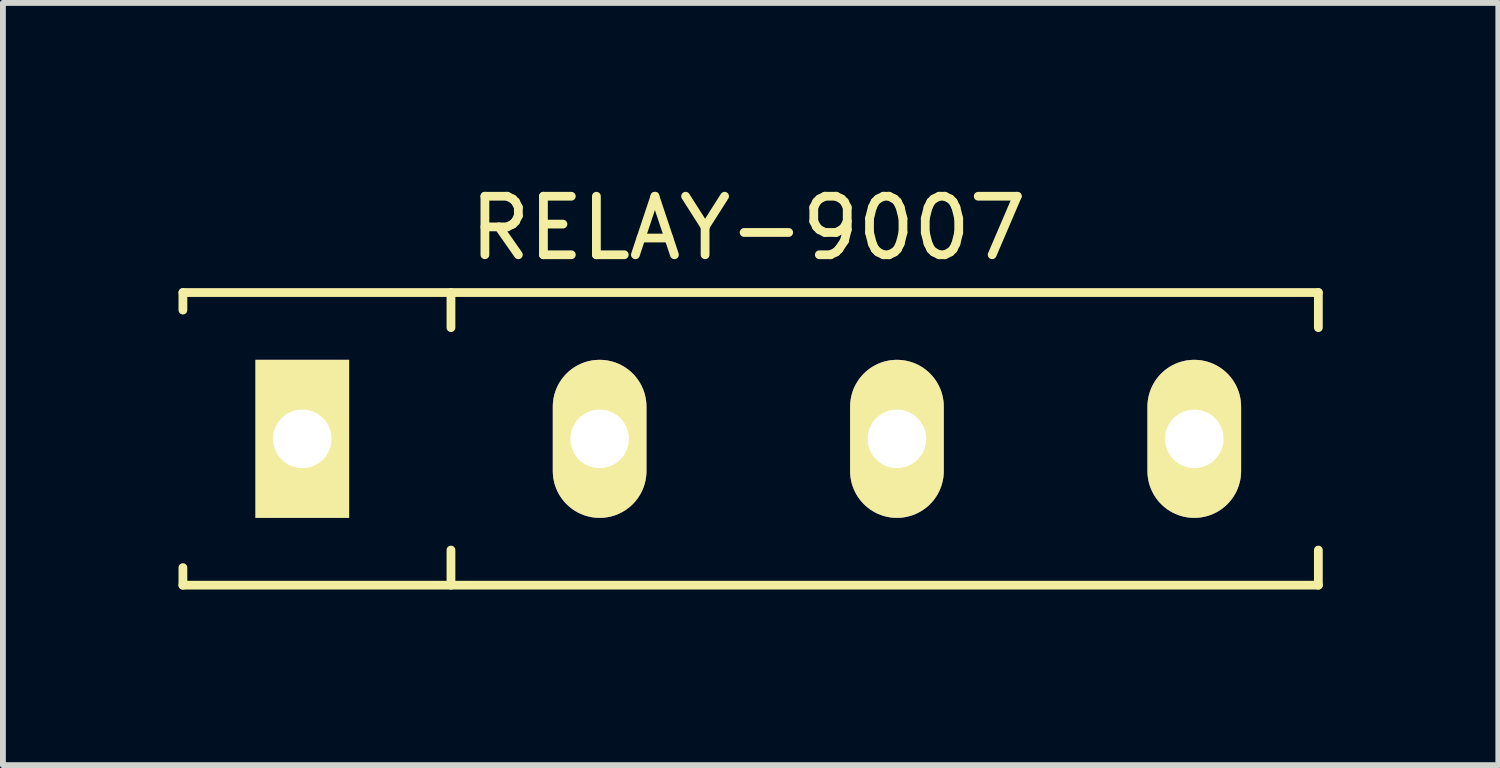
<source format=kicad_pcb>
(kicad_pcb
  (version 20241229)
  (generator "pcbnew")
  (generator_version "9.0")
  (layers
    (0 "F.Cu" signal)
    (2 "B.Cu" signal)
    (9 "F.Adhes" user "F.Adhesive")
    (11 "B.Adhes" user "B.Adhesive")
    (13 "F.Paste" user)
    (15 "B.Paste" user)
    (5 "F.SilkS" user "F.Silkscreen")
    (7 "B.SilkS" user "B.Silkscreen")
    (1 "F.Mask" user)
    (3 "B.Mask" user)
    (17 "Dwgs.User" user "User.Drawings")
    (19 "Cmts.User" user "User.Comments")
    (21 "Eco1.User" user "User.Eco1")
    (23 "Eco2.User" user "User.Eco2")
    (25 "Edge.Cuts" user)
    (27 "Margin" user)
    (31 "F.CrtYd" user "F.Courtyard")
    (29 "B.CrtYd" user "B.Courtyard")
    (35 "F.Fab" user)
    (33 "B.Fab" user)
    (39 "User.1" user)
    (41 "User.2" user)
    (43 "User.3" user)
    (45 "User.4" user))
  (footprint "RELAY-9007"
    (layer "F.Cu")
    (at 12.275 4.448)
    (property "Reference" "RELAY-9007" (at -2.54 -3.6 0) (layer "F.SilkS") (effects (font (size 1 1) (thickness 0.15))))
    (attr through_hole)
    (fp_line (start -12.2 -2.5) (end -12.2 -2.2) (stroke (width 0.15) (type solid)) (layer "F.SilkS"))
    (fp_line (start -12.2 2.5) (end -12.2 2.2) (stroke (width 0.15) (type solid)) (layer "F.SilkS"))
    (fp_line (start -7.62 -2.5) (end -7.62 -1.9) (stroke (width 0.15) (type solid)) (layer "F.SilkS"))
    (fp_line (start -7.62 2.5) (end -7.62 1.9) (stroke (width 0.15) (type solid)) (layer "F.SilkS"))
    (fp_line (start 7.2 -2.5) (end -12.2 -2.5) (stroke (width 0.15) (type solid)) (layer "F.SilkS"))
    (fp_line (start 7.2 -2.5) (end 7.2 -1.9) (stroke (width 0.15) (type solid)) (layer "F.SilkS"))
    (fp_line (start 7.2 2.5) (end -12.2 2.5) (stroke (width 0.15) (type solid)) (layer "F.SilkS"))
    (fp_line (start 7.2 2.5) (end 7.2 1.9) (stroke (width 0.15) (type solid)) (layer "F.SilkS"))
    (pad "1" thru_hole rect (at -10.16 0 90) (size 2.7 1.6) (drill 1) (layers "*.Cu" "*.Mask" "F.SilkS"))
    (pad "2" thru_hole oval (at -5.08 0 90) (size 2.7 1.6) (drill 1) (layers "*.Cu" "*.Mask" "F.SilkS"))
    (pad "3" thru_hole oval (at 0 0 90) (size 2.7 1.6) (drill 1) (layers "*.Cu" "*.Mask" "F.SilkS"))
    (pad "4" thru_hole oval (at 5.08 0 90) (size 2.7 1.6) (drill 1) (layers "*.Cu" "*.Mask" "F.SilkS")))
  (gr_rect
    (start -3 -3)
    (end 22.55 10.023)
    (stroke (width 0.1) (type default))
    (fill no)
    (layer "Edge.Cuts")))
</source>
